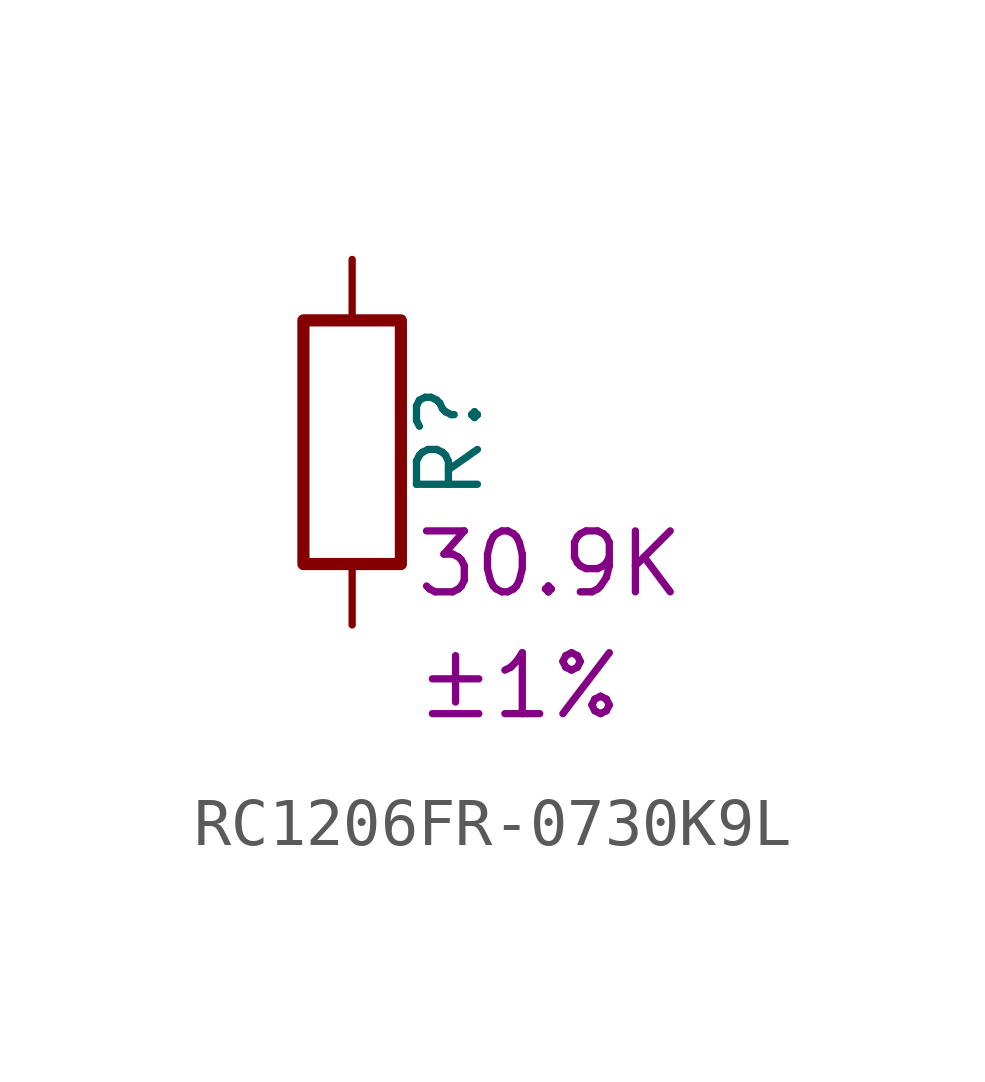
<source format=kicad_sym>
(kicad_symbol_lib
  (version 20220914)
  (generator kicad_symbol_editor)
  (symbol "RC1206FR-0730K9L"
    (pin_numbers hide)
    (pin_names
      (offset 0))
    (property "Reference" "R"
      (at 2.032 0 90)
      (effects (font (size 1.27 1.27))))
    (property "Resistance" "30.9K"
      (at 1.27 -2.54 0)
      (effects (font (size 1.27 1.27)) (justify left)))
    (property "Tolerance" "±1%"
      (at 1.27 -5.08 0)
      (effects (font (size 1.27 1.27)) (justify left)))
    (symbol "RC1206FR-0730K9L_0_1"
      (rectangle (start -1.016 -2.54) (end 1.016 2.54) (stroke (width 0.254) (type default)) (fill (type none))))
    (symbol "RC1206FR-0730K9L_1_1"
      (pin passive line (at 0 3.81 270) (length 1.27) (name "~" (effects (font (size 1.27 1.27)))) (number "1" (effects (font (size 1.27 1.27)))))
      (pin passive line (at 0 -3.81 90) (length 1.27) (name "~" (effects (font (size 1.27 1.27)))) (number "2" (effects (font (size 1.27 1.27))))))))
</source>
